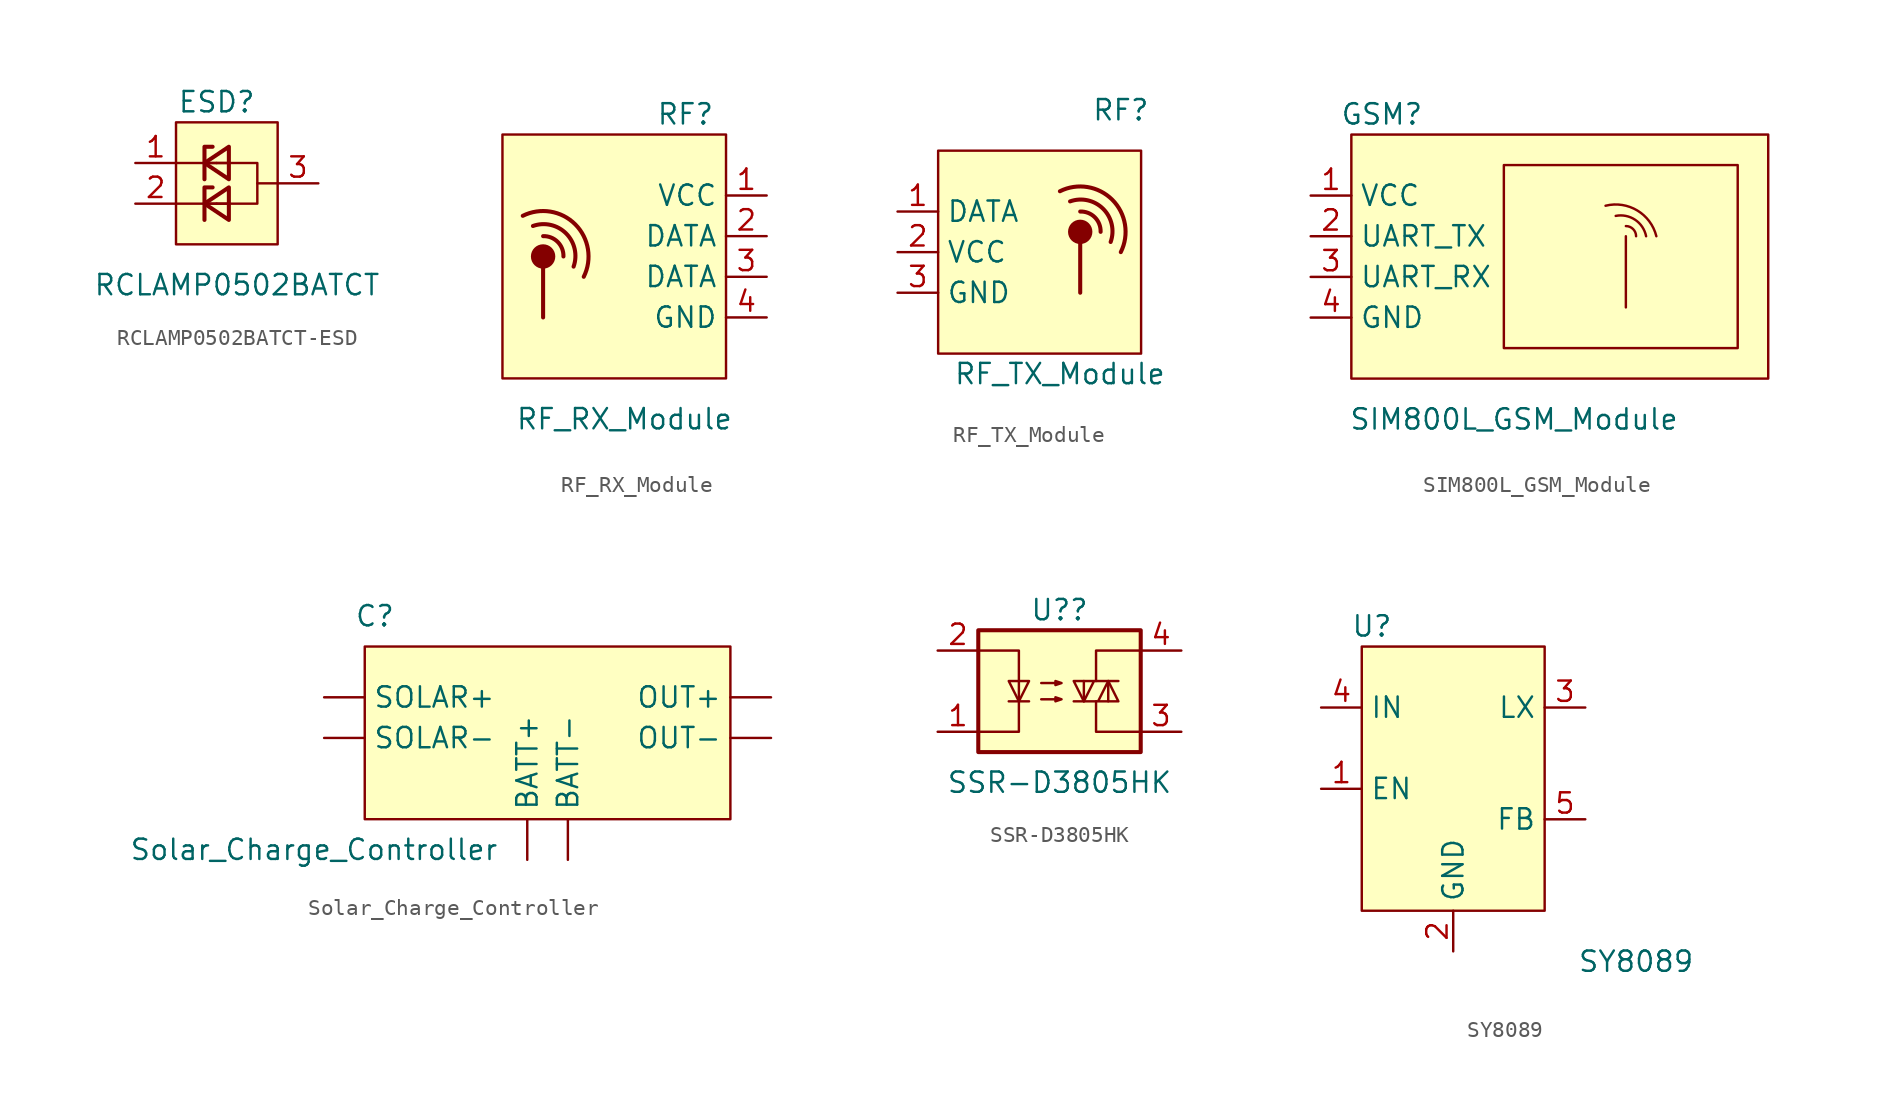
<source format=kicad_sym>
(kicad_symbol_lib
  (version 20220914)
  (generator kicad_symbol_editor)
  (symbol "RCLAMP0502BATCT-ESD"
    (pin_names
      (offset 0.254) hide)
    (property "Reference" "ESD"
      (at 0 3.81 0)
      (effects (font (size 1.27 1.27))))
    (property "Value" "RCLAMP0502BATCT"
      (at 1.27 -7.62 0)
      (effects (font (size 1.27 1.27))))
    (symbol "RCLAMP0502BATCT-ESD_0_1"
      (polyline (pts (xy 0.762 -2.54) (xy -0.762 -2.54)) (stroke (width 0) (type default)) (fill (type none)))
      (polyline (pts (xy 0.762 0) (xy -0.762 0)) (stroke (width 0) (type default)) (fill (type none)))
      (polyline (pts (xy -0.254 -1.524) (xy -0.762 -1.524) (xy -0.762 -3.556)) (stroke (width 0.254) (type default)) (fill (type none)))
      (polyline (pts (xy -0.254 1.016) (xy -0.762 1.016) (xy -0.762 -1.016)) (stroke (width 0.254) (type default)) (fill (type none)))
      (polyline (pts (xy 0 0) (xy 2.54 0) (xy 2.54 -2.54) (xy 0 -2.54)) (stroke (width 0) (type default)) (fill (type none)))
      (polyline (pts (xy 0.762 -1.524) (xy -0.762 -2.54) (xy 0.762 -3.556) (xy 0.762 -1.524)) (stroke (width 0.254) (type default)) (fill (type none)))
      (polyline (pts (xy 0.762 1.016) (xy -0.762 0) (xy 0.762 -1.016) (xy 0.762 1.016)) (stroke (width 0.254) (type default)) (fill (type none))))
    (symbol "RCLAMP0502BATCT-ESD_1_1"
      (rectangle (start -2.54 2.54) (end 3.81 -5.08) (stroke (width 0) (type default)) (fill (type background)))
      (polyline (pts (xy -2.54 -2.54) (xy 0 -2.54)) (stroke (width 0) (type default)) (fill (type none)))
      (polyline (pts (xy -2.54 0) (xy 0 0)) (stroke (width 0) (type default)) (fill (type none)))
      (polyline (pts (xy 3.81 -1.27) (xy 2.54 -1.27)) (stroke (width 0) (type default)) (fill (type none)))
      (pin passive line (at -5.08 0 0) (length 2.54) (name "1" (effects (font (size 1.27 1.27)))) (number "1" (effects (font (size 1.27 1.27)))))
      (pin passive line (at -5.08 -2.54 0) (length 2.54) (name "1" (effects (font (size 1.27 1.27)))) (number "2" (effects (font (size 1.27 1.27)))))
      (pin passive line (at 6.35 -1.27 180) (length 2.54) (name "3" (effects (font (size 1.27 1.27)))) (number "3" (effects (font (size 1.27 1.27)))))))
  (symbol "RF_RX_Module"
    (property "Reference" "RF"
      (at 3.81 8.89 0)
      (effects (font (size 1.27 1.27))))
    (property "Value" "RF_RX_Module"
      (at 0 -10.16 0)
      (effects (font (size 1.27 1.27))))
    (symbol "RF_RX_Module_0_1"
      (rectangle (start -7.62 7.62) (end 6.35 -7.62) (stroke (width 0.152) (type default)) (fill (type background)))
      (circle (center -5.08 0.0001) (radius 0.635) (stroke (width 0.254) (type default)) (fill (type outline)))
      (arc (start -3.8099 0.0001) (mid -4.169 0.911) (end -5.0799 1.2701) (stroke (width 0.254) (type default)) (fill (type none)))
      (arc (start -3.1749 -0.6349) (mid -3.6416 1.4384) (end -5.7149 1.9051) (stroke (width 0.254) (type default)) (fill (type none)))
      (arc (start -2.5399 -1.2699) (mid -3.0719 2.0081) (end -6.3499 2.5401) (stroke (width 0.254) (type default)) (fill (type none)))
      (polyline (pts (xy -5.08 -0.635) (xy -5.08 -3.81)) (stroke (width 0.254) (type default)) (fill (type none))))
    (symbol "RF_RX_Module_1_1"
      (pin input line (at 8.89 3.81 180) (length 2.54) (name "VCC" (effects (font (size 1.27 1.27)))) (number "1" (effects (font (size 1.27 1.27)))))
      (pin input line (at 8.89 1.27 180) (length 2.54) (name "DATA" (effects (font (size 1.27 1.27)))) (number "2" (effects (font (size 1.27 1.27)))))
      (pin input line (at 8.89 -1.27 180) (length 2.54) (name "DATA" (effects (font (size 1.27 1.27)))) (number "3" (effects (font (size 1.27 1.27)))))
      (pin input line (at 8.89 -3.81 180) (length 2.54) (name "GND" (effects (font (size 1.27 1.27)))) (number "4" (effects (font (size 1.27 1.27)))))))
  (symbol "RF_TX_Module"
    (property "Reference" "RF"
      (at 2.54 8.89 0)
      (effects (font (size 1.27 1.27))))
    (property "Value" "RF_TX_Module"
      (at -1.27 -7.62 0)
      (effects (font (size 1.27 1.27))))
    (symbol "RF_TX_Module_0_1"
      (rectangle (start -8.89 6.35) (end 3.81 -6.35) (stroke (width 0.152) (type default)) (fill (type background)))
      (polyline (pts (xy 0.0001 0.635) (xy 0.0001 -2.54)) (stroke (width 0.254) (type default)) (fill (type none)))
      (circle (center 0.0001 1.27) (radius 0.635) (stroke (width 0.254) (type default)) (fill (type outline)))
      (arc (start 1.2701 1.2701) (mid 0.911 2.181) (end 0.0001 2.5401) (stroke (width 0.254) (type default)) (fill (type none)))
      (arc (start 1.9051 0.6351) (mid 1.4384 2.7084) (end -0.6349 3.1751) (stroke (width 0.254) (type default)) (fill (type none)))
      (arc (start 2.5401 0.0001) (mid 2.0081 3.2781) (end -1.2699 3.8101) (stroke (width 0.254) (type default)) (fill (type none))))
    (symbol "RF_TX_Module_1_1"
      (pin input line (at -11.43 2.54 0) (length 2.54) (name "DATA" (effects (font (size 1.27 1.27)))) (number "1" (effects (font (size 1.27 1.27)))))
      (pin input line (at -11.43 0 0) (length 2.54) (name "VCC" (effects (font (size 1.27 1.27)))) (number "2" (effects (font (size 1.27 1.27)))))
      (pin input line (at -11.43 -2.54 0) (length 2.54) (name "GND" (effects (font (size 1.27 1.27)))) (number "3" (effects (font (size 1.27 1.27)))))))
  (symbol "SIM800L_GSM_Module"
    (property "Reference" "GSM"
      (at -6.985 8.255 0)
      (effects (font (size 1.27 1.27))))
    (property "Value" "SIM800L_GSM_Module"
      (at 1.27 -10.795 0)
      (effects (font (size 1.27 1.27))))
    (symbol "SIM800L_GSM_Module_0_1"
      (rectangle (start -8.89 6.985) (end 17.145 -8.255) (stroke (width 0.152) (type default)) (fill (type background)))
      (polyline (pts (xy 8.255 0.635) (xy 8.255 -3.81)) (stroke (width 0.152) (type default)) (fill (type none)))
      (rectangle (start 0.635 5.08) (end 15.24 -6.35) (stroke (width 0.152) (type default)) (fill (type none)))
      (arc (start 8.89 0.635) (mid 8.704 1.084) (end 8.255 1.27) (stroke (width 0.1524) (type default)) (fill (type none)))
      (arc (start 9.525 0.635) (mid 8.8355 1.6646) (end 7.62 1.905) (stroke (width 0.1524) (type default)) (fill (type none)))
      (arc (start 10.16 0.635) (mid 8.9671 2.2451) (end 6.985 2.54) (stroke (width 0.1524) (type default)) (fill (type none))))
    (symbol "SIM800L_GSM_Module_1_1"
      (pin input line (at -11.43 3.175 0) (length 2.54) (name "VCC" (effects (font (size 1.27 1.27)))) (number "1" (effects (font (size 1.27 1.27)))))
      (pin input line (at -11.43 0.635 0) (length 2.54) (name "UART_TX" (effects (font (size 1.27 1.27)))) (number "2" (effects (font (size 1.27 1.27)))))
      (pin input line (at -11.43 -1.905 0) (length 2.54) (name "UART_RX" (effects (font (size 1.27 1.27)))) (number "3" (effects (font (size 1.27 1.27)))))
      (pin input line (at -11.43 -4.445 0) (length 2.54) (name "GND" (effects (font (size 1.27 1.27)))) (number "4" (effects (font (size 1.27 1.27)))))))
  (symbol "Solar_Charge_Controller"
    (property "Reference" "C"
      (at -10.16 5.08 0)
      (effects (font (size 1.27 1.27))))
    (property "Value" "Solar_Charge_Controller"
      (at -13.97 -9.525 0)
      (effects (font (size 1.27 1.27))))
    (symbol "Solar_Charge_Controller_0_1"
      (rectangle (start -10.795 -7.62) (end 12.065 3.175) (stroke (width 0.152) (type default)) (fill (type background))))
    (symbol "Solar_Charge_Controller_1_1"
      (pin input line (at -0.635 -10.16 90) (length 2.54) (name "BATT+" (effects (font (size 1.27 1.27)))) (number "" (effects (font (size 1.27 1.27)))))
      (pin input line (at 1.905 -10.16 90) (length 2.54) (name "BATT-" (effects (font (size 1.27 1.27)))) (number "" (effects (font (size 1.27 1.27)))))
      (pin input line (at 14.605 0 180) (length 2.54) (name "OUT+" (effects (font (size 1.27 1.27)))) (number "" (effects (font (size 1.27 1.27)))))
      (pin input line (at 14.605 -2.54 180) (length 2.54) (name "OUT-" (effects (font (size 1.27 1.27)))) (number "" (effects (font (size 1.27 1.27)))))
      (pin input line (at -13.335 0 0) (length 2.54) (name "SOLAR+" (effects (font (size 1.27 1.27)))) (number "" (effects (font (size 1.27 1.27)))))
      (pin input line (at -13.335 -2.54 0) (length 2.54) (name "SOLAR-" (effects (font (size 1.27 1.27)))) (number "" (effects (font (size 1.27 1.27)))))))
  (symbol "SSR-D3805HK"
    (property "Reference" "U?"
      (at 0 5.08 0)
      (effects (font (size 1.27 1.27))))
    (property "Value" "SSR-D3805HK"
      (at 0 -5.715 0)
      (effects (font (size 1.27 1.27))))
    (symbol "SSR-D3805HK_0_1"
      (rectangle (start -5.08 3.81) (end 5.08 -3.81) (stroke (width 0.254) (type default)) (fill (type background)))
      (polyline (pts (xy -3.175 -0.635) (xy -1.905 -0.635)) (stroke (width 0) (type default)) (fill (type none)))
      (polyline (pts (xy 1.524 -0.635) (xy 1.524 0.635)) (stroke (width 0) (type default)) (fill (type none)))
      (polyline (pts (xy 3.048 0.635) (xy 3.048 -0.635)) (stroke (width 0) (type default)) (fill (type none)))
      (polyline (pts (xy 2.286 -0.635) (xy 2.286 -2.54) (xy 5.08 -2.54)) (stroke (width 0) (type default)) (fill (type none)))
      (polyline (pts (xy 2.286 0.635) (xy 2.286 2.54) (xy 5.08 2.54)) (stroke (width 0) (type default)) (fill (type none)))
      (polyline (pts (xy -5.08 2.54) (xy -2.54 2.54) (xy -2.54 -2.54) (xy -5.08 -2.54)) (stroke (width 0) (type default)) (fill (type none)))
      (polyline (pts (xy -2.54 -0.635) (xy -3.175 0.635) (xy -1.905 0.635) (xy -2.54 -0.635)) (stroke (width 0) (type default)) (fill (type none)))
      (polyline (pts (xy 0.889 -0.635) (xy 3.683 -0.635) (xy 3.048 0.635) (xy 2.413 -0.635)) (stroke (width 0) (type default)) (fill (type none)))
      (polyline (pts (xy 3.683 0.635) (xy 0.889 0.635) (xy 1.524 -0.635) (xy 2.159 0.635)) (stroke (width 0) (type default)) (fill (type none)))
      (polyline (pts (xy -1.143 -0.508) (xy 0.127 -0.508) (xy -0.254 -0.635) (xy -0.254 -0.381) (xy 0.127 -0.508)) (stroke (width 0) (type default)) (fill (type none)))
      (polyline (pts (xy -1.143 0.508) (xy 0.127 0.508) (xy -0.254 0.381) (xy -0.254 0.635) (xy 0.127 0.508)) (stroke (width 0) (type default)) (fill (type none))))
    (symbol "SSR-D3805HK_1_1"
      (pin passive line (at -7.62 -2.54 0) (length 2.54) (name "~" (effects (font (size 1.27 1.27)))) (number "1" (effects (font (size 1.27 1.27)))))
      (pin passive line (at -7.62 2.54 0) (length 2.54) (name "~" (effects (font (size 1.27 1.27)))) (number "2" (effects (font (size 1.27 1.27)))))
      (pin passive line (at 7.62 -2.54 180) (length 2.54) (name "~" (effects (font (size 1.27 1.27)))) (number "3" (effects (font (size 1.27 1.27)))))
      (pin passive line (at 7.62 2.54 180) (length 2.54) (name "~" (effects (font (size 1.27 1.27)))) (number "4" (effects (font (size 1.27 1.27)))))))
  (symbol "SY8089"
    (property "Reference" "U"
      (at -4.445 12.7 0)
      (effects (font (size 1.27 1.27))))
    (property "Value" "SY8089"
      (at 12.065 -8.255 0)
      (effects (font (size 1.27 1.27))))
    (symbol "SY8089_0_1"
      (rectangle (start -5.08 11.43) (end 6.35 -5.08) (stroke (width 0.152) (type default)) (fill (type background))))
    (symbol "SY8089_1_1"
      (pin input line (at -7.62 2.54 0) (length 2.54) (name "EN" (effects (font (size 1.27 1.27)))) (number "1" (effects (font (size 1.27 1.27)))))
      (pin input line (at 0.635 -7.62 90) (length 2.54) (name "GND" (effects (font (size 1.27 1.27)))) (number "2" (effects (font (size 1.27 1.27)))))
      (pin input line (at 8.89 7.62 180) (length 2.54) (name "LX" (effects (font (size 1.27 1.27)))) (number "3" (effects (font (size 1.27 1.27)))))
      (pin input line (at -7.62 7.62 0) (length 2.54) (name "IN" (effects (font (size 1.27 1.27)))) (number "4" (effects (font (size 1.27 1.27)))))
      (pin input line (at 8.89 0.635 180) (length 2.54) (name "FB" (effects (font (size 1.27 1.27)))) (number "5" (effects (font (size 1.27 1.27))))))))
</source>
